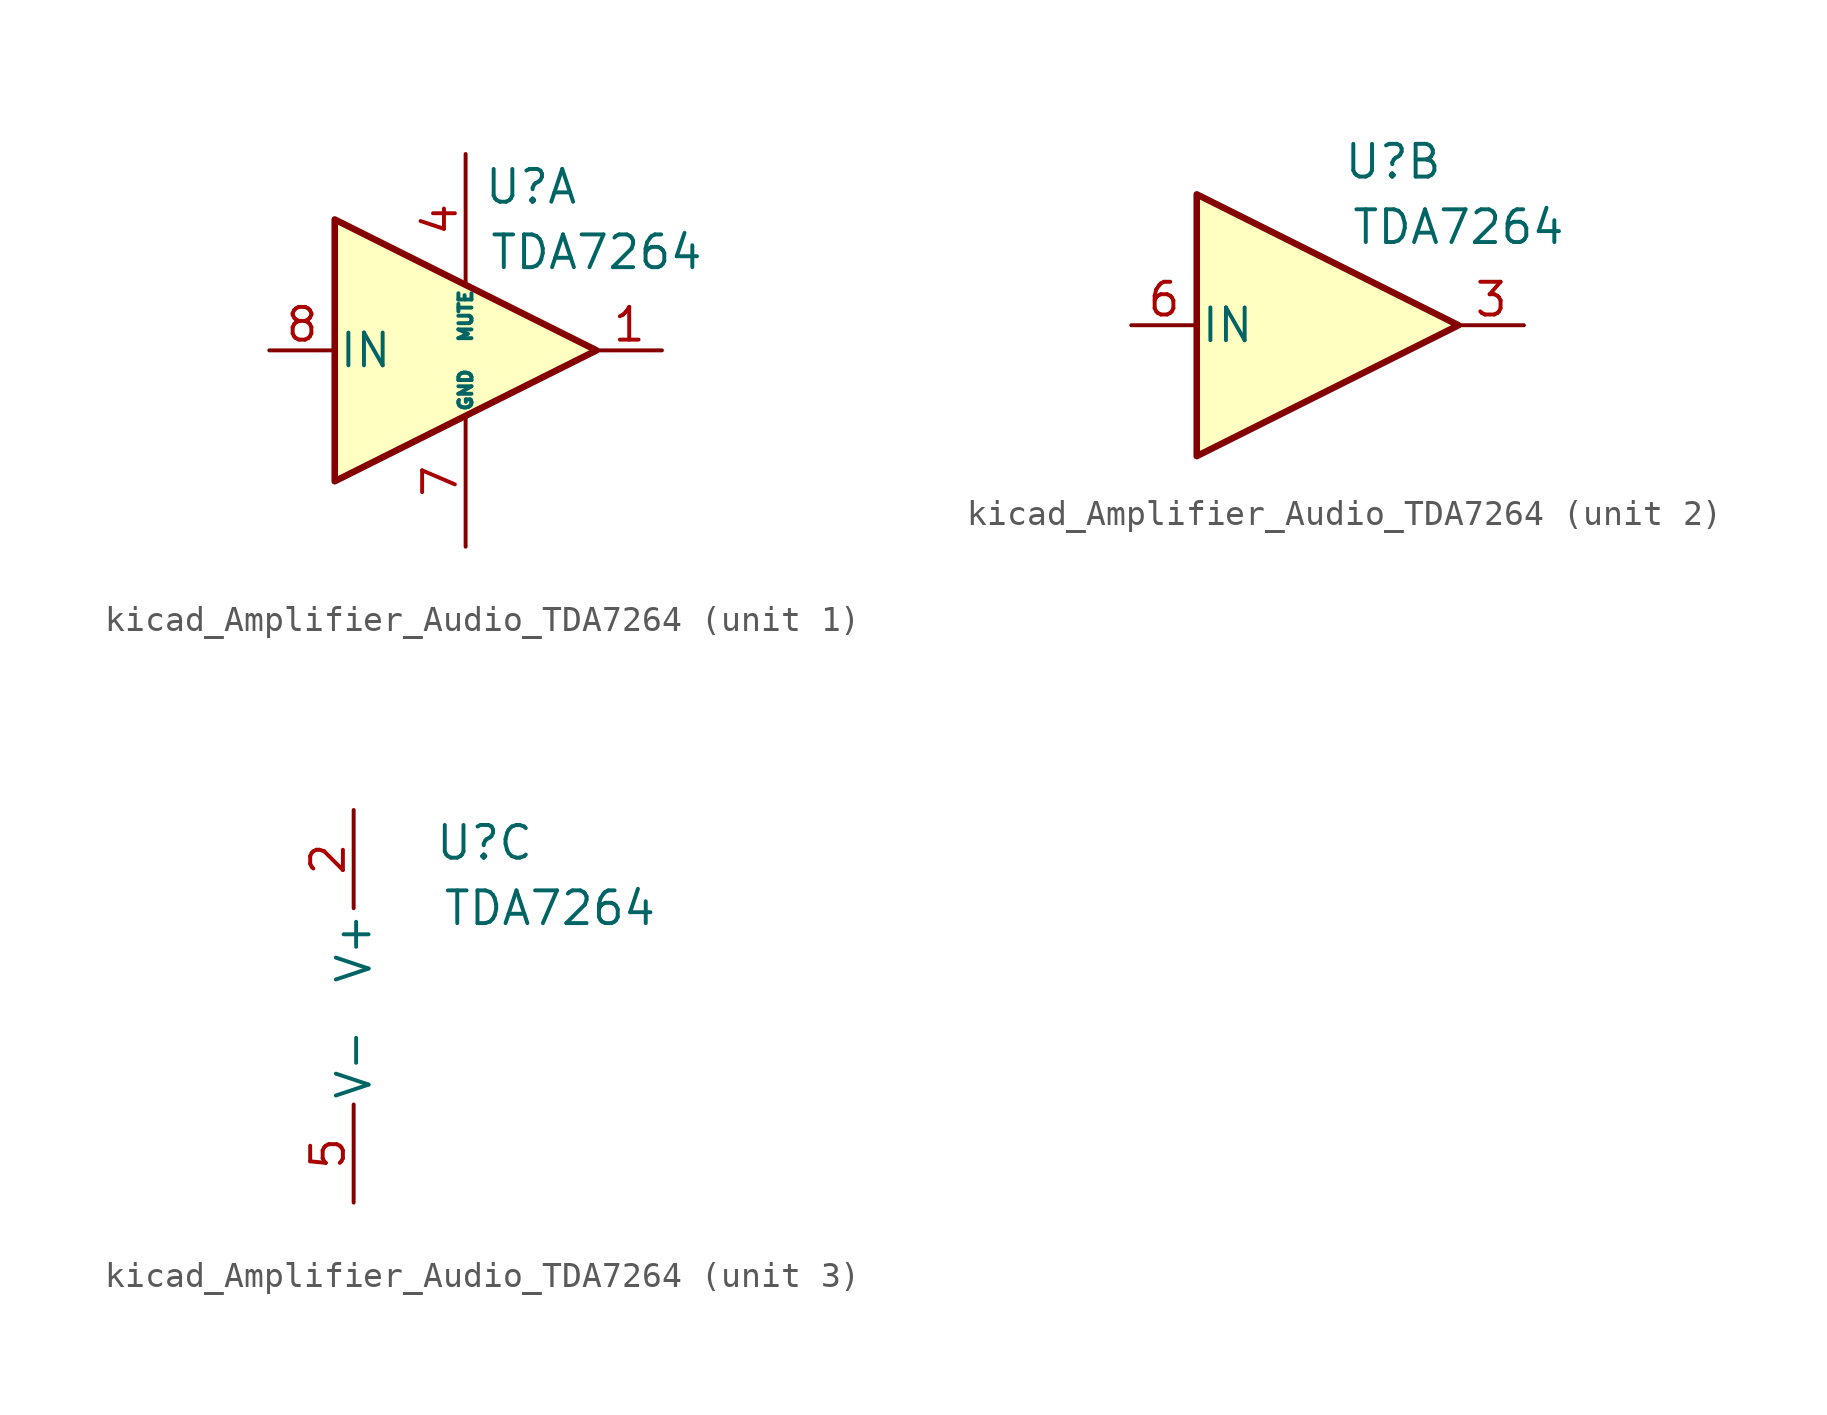
<source format=kicad_sym>
(kicad_symbol_lib
  (version 20220914)
  (generator kicad_symbol_editor)
  (symbol "kicad_Amplifier_Audio_TDA7264"
    (pin_names
      (offset 0.127))
    (property "Reference" "U"
      (at 2.54 6.35 0)
      (effects (font (size 1.27 1.27))))
    (property "Value" "TDA7264"
      (at 5.08 3.81 0)
      (effects (font (size 1.27 1.27))))
    (property "ki_locked" ""
      (at 0 0 0)
      (effects (font (size 1.27 1.27))))
    (symbol "kicad_Amplifier_Audio_TDA7264_1_1"
      (polyline (pts (xy 5.08 0) (xy -5.08 5.08) (xy -5.08 -5.08) (xy 5.08 0)) (stroke (width 0.254) (type default)) (fill (type background)))
      (pin output line (at 7.62 0 180) (length 2.54) (name "~" (effects (font (size 1.27 1.27)))) (number "1" (effects (font (size 1.27 1.27)))))
      (pin input line (at 0 7.62 270) (length 5.08) (name "MUTE" (effects (font (size 0.508 0.508)))) (number "4" (effects (font (size 1.27 1.27)))))
      (pin power_in line (at 0 -7.62 90) (length 5.08) (name "GND" (effects (font (size 0.508 0.508)))) (number "7" (effects (font (size 1.27 1.27)))))
      (pin input line (at -7.62 0 0) (length 2.54) (name "IN" (effects (font (size 1.27 1.27)))) (number "8" (effects (font (size 1.27 1.27))))))
    (symbol "kicad_Amplifier_Audio_TDA7264_2_1"
      (polyline (pts (xy 5.08 0) (xy -5.08 5.08) (xy -5.08 -5.08) (xy 5.08 0)) (stroke (width 0.254) (type default)) (fill (type background)))
      (pin output line (at 7.62 0 180) (length 2.54) (name "~" (effects (font (size 1.27 1.27)))) (number "3" (effects (font (size 1.27 1.27)))))
      (pin input line (at -7.62 0 0) (length 2.54) (name "IN" (effects (font (size 1.27 1.27)))) (number "6" (effects (font (size 1.27 1.27))))))
    (symbol "kicad_Amplifier_Audio_TDA7264_3_1"
      (pin power_in line (at -2.54 7.62 270) (length 3.81) (name "V+" (effects (font (size 1.27 1.27)))) (number "2" (effects (font (size 1.27 1.27)))))
      (pin power_in line (at -2.54 -7.62 90) (length 3.81) (name "V-" (effects (font (size 1.27 1.27)))) (number "5" (effects (font (size 1.27 1.27))))))))
</source>
